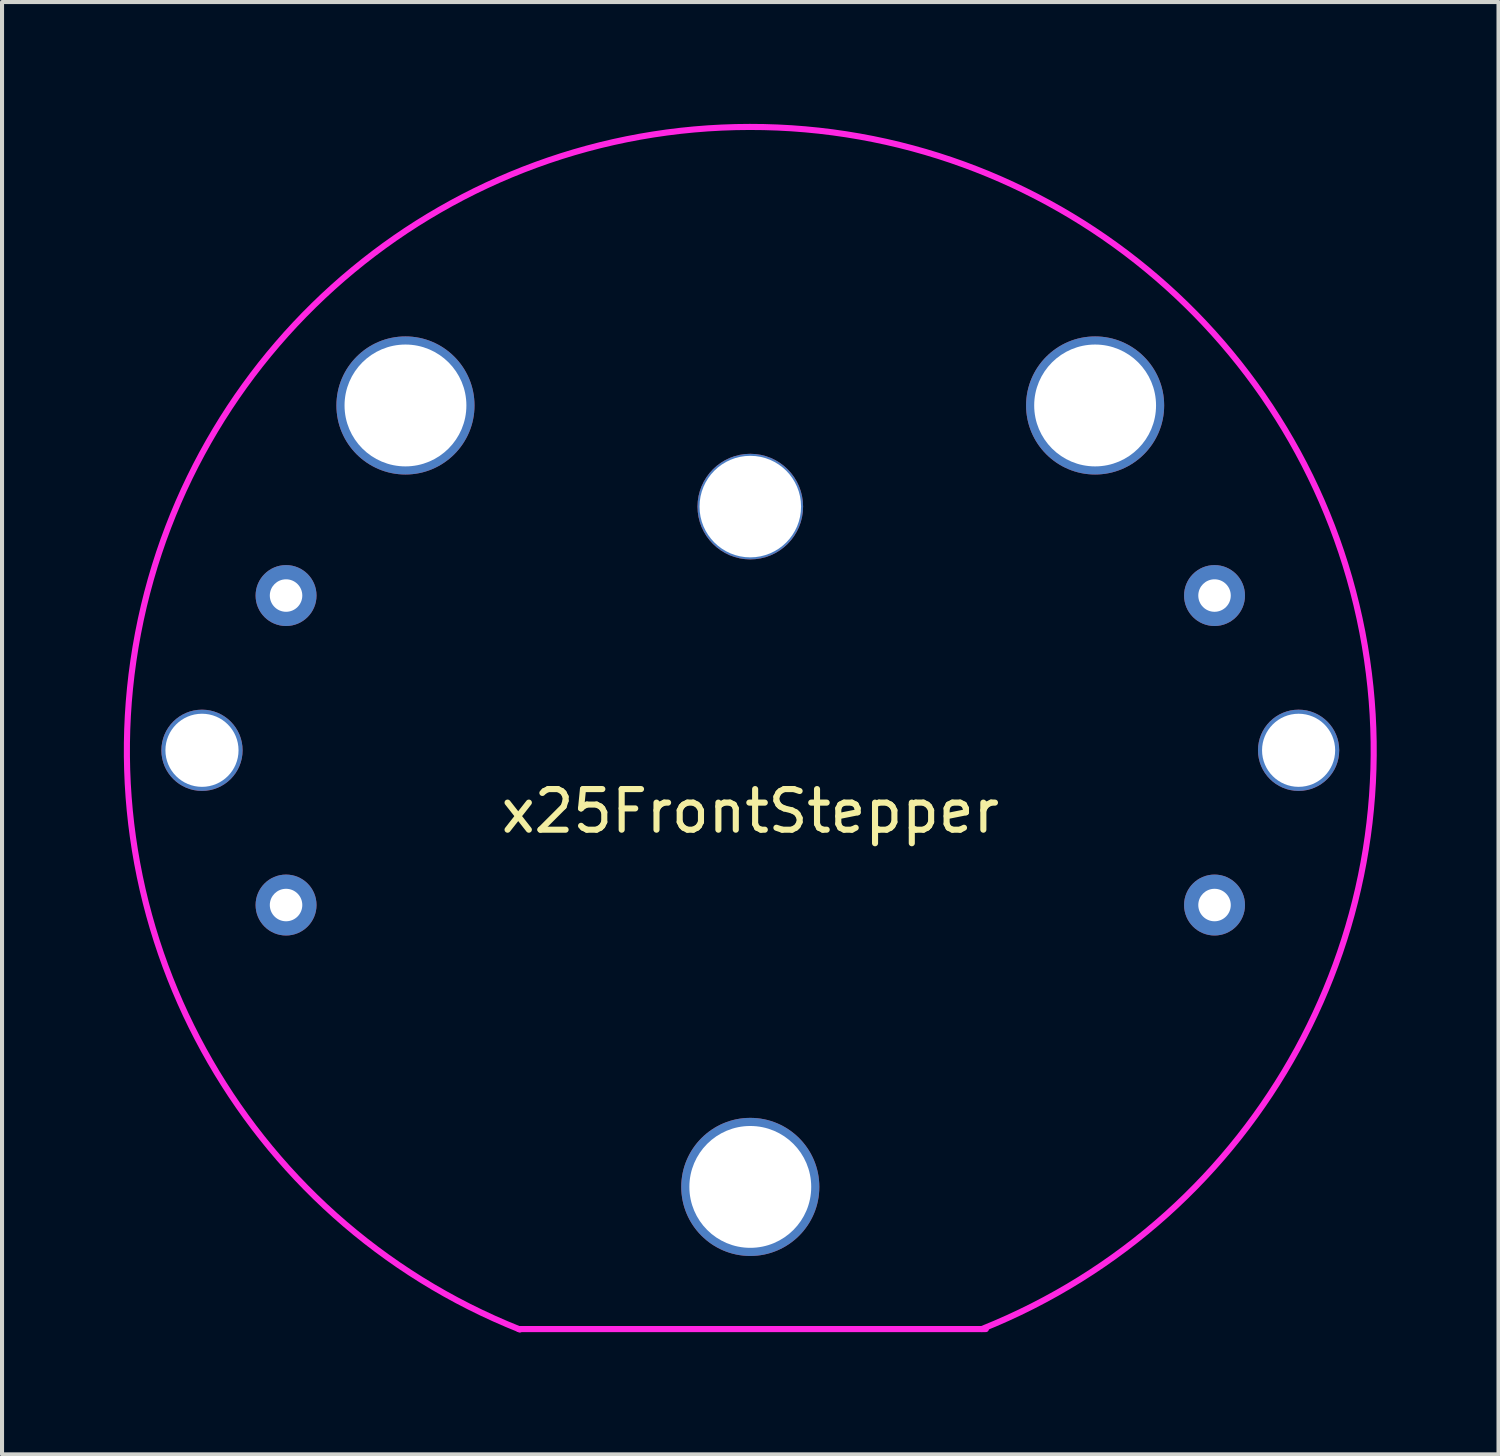
<source format=kicad_pcb>
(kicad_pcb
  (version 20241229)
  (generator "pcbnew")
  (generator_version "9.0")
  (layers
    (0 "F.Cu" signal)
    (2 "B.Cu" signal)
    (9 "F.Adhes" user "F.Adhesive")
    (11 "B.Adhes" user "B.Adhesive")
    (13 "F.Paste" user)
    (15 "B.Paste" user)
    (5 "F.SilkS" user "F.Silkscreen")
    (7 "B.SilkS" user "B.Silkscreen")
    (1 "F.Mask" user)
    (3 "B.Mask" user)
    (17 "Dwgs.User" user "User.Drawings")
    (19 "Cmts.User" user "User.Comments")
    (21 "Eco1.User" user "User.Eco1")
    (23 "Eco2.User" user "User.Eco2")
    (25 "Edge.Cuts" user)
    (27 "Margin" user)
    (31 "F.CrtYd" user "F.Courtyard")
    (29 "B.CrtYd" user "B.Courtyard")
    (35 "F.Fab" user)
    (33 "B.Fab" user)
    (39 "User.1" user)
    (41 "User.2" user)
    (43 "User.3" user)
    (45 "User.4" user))
  (footprint "x25FrontStepper"
    (layer "F.Cu")
    (at 15.423 9.423)
    (property "Reference" "x25FrontStepper" (at 0 7.5 0) (layer "F.SilkS") (effects (font (size 1 1) (thickness 0.15))))
    (attr through_hole)
    (fp_line (start -5.7 20.25) (end 5.8 20.25) (stroke (width 0.15) (type solid)) (layer "F.CrtYd"))
    (fp_arc (start -5.67442 20.260205) (mid -0.01377 -9.347713) (end 5.699999 20.25) (stroke (width 0.15) (type solid)) (layer "F.CrtYd"))
    (pad "" np_thru_hole circle (at -13.5 6) (size 2 2) (drill 1.8) (layers "*.Cu" "*.Mask"))
    (pad "" np_thru_hole circle (at -8.49 -2.49) (size 3.4 3.4) (drill 3) (layers "*.Cu" "*.Mask"))
    (pad "" np_thru_hole circle (at 0 0) (size 2.6 2.6) (drill 2.5) (layers "*.Cu" "*.Mask"))
    (pad "" np_thru_hole circle (at 0 16.75) (size 3.4 3.4) (drill 3) (layers "*.Cu" "*.Mask"))
    (pad "" np_thru_hole circle (at 8.49 -2.49) (size 3.4 3.4) (drill 3) (layers "*.Cu" "*.Mask"))
    (pad "" np_thru_hole circle (at 13.5 6) (size 2 2) (drill 1.8) (layers "*.Cu" "*.Mask"))
    (pad "1" thru_hole circle (at 11.43 2.19) (size 1.5 1.5) (drill 0.8) (layers "*.Cu" "*.Mask"))
    (pad "2" thru_hole circle (at 11.43 9.81) (size 1.5 1.5) (drill 0.8) (layers "*.Cu" "*.Mask"))
    (pad "3" thru_hole circle (at -11.43 2.19) (size 1.5 1.5) (drill 0.8) (layers "*.Cu" "*.Mask"))
    (pad "4" thru_hole circle (at -11.43 9.81) (size 1.5 1.5) (drill 0.8) (layers "*.Cu" "*.Mask")))
  (gr_rect
    (start -3 -3)
    (end 33.845 32.758)
    (stroke (width 0.1) (type default))
    (fill no)
    (layer "Edge.Cuts")))
</source>
